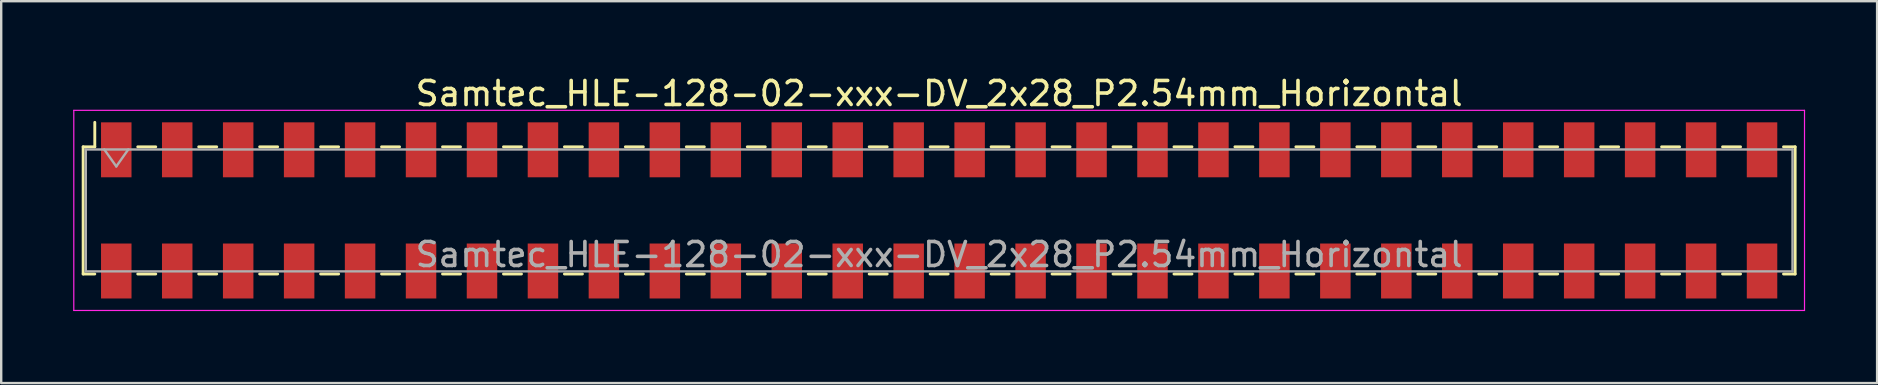
<source format=kicad_pcb>
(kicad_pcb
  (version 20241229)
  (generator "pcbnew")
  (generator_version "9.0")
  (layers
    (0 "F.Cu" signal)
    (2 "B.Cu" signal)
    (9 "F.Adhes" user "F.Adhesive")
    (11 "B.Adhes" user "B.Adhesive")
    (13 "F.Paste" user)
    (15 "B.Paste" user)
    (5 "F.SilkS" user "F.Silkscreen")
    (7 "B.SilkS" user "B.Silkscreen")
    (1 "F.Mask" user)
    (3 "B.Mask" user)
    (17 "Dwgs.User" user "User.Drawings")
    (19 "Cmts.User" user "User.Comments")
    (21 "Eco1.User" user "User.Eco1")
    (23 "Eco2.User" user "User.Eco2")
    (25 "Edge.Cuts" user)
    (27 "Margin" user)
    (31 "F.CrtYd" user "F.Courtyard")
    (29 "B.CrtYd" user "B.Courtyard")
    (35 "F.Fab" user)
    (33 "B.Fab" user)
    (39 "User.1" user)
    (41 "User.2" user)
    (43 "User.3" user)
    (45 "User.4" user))
  (footprint "Samtec_HLE-128-02-xxx-DV_2x28_P2.54mm_Horizontal"
    (layer "F.Cu")
    (at 36.085 5.718)
    (property "Reference" "Samtec_HLE-128-02-xxx-DV_2x28_P2.54mm_Horizontal" (at 0 -4.87 0) (layer "F.SilkS") (effects (font (size 1 1) (thickness 0.15))))
    (attr smd)
    (fp_line (start -35.67 -2.65) (end -35.67 2.65) (stroke (width 0.12) (type solid)) (layer "F.SilkS"))
    (fp_line (start -35.67 2.65) (end -35.185 2.65) (stroke (width 0.12) (type solid)) (layer "F.SilkS"))
    (fp_line (start -35.185 -3.67) (end -35.185 -2.65) (stroke (width 0.12) (type solid)) (layer "F.SilkS"))
    (fp_line (start -35.185 -2.65) (end -35.67 -2.65) (stroke (width 0.12) (type solid)) (layer "F.SilkS"))
    (fp_line (start -33.395 -2.65) (end -32.645 -2.65) (stroke (width 0.12) (type solid)) (layer "F.SilkS"))
    (fp_line (start -33.395 2.65) (end -32.645 2.65) (stroke (width 0.12) (type solid)) (layer "F.SilkS"))
    (fp_line (start -30.855 -2.65) (end -30.105 -2.65) (stroke (width 0.12) (type solid)) (layer "F.SilkS"))
    (fp_line (start -30.855 2.65) (end -30.105 2.65) (stroke (width 0.12) (type solid)) (layer "F.SilkS"))
    (fp_line (start -28.315 -2.65) (end -27.565 -2.65) (stroke (width 0.12) (type solid)) (layer "F.SilkS"))
    (fp_line (start -28.315 2.65) (end -27.565 2.65) (stroke (width 0.12) (type solid)) (layer "F.SilkS"))
    (fp_line (start -25.775 -2.65) (end -25.025 -2.65) (stroke (width 0.12) (type solid)) (layer "F.SilkS"))
    (fp_line (start -25.775 2.65) (end -25.025 2.65) (stroke (width 0.12) (type solid)) (layer "F.SilkS"))
    (fp_line (start -23.235 -2.65) (end -22.485 -2.65) (stroke (width 0.12) (type solid)) (layer "F.SilkS"))
    (fp_line (start -23.235 2.65) (end -22.485 2.65) (stroke (width 0.12) (type solid)) (layer "F.SilkS"))
    (fp_line (start -20.695 -2.65) (end -19.945 -2.65) (stroke (width 0.12) (type solid)) (layer "F.SilkS"))
    (fp_line (start -20.695 2.65) (end -19.945 2.65) (stroke (width 0.12) (type solid)) (layer "F.SilkS"))
    (fp_line (start -18.155 -2.65) (end -17.405 -2.65) (stroke (width 0.12) (type solid)) (layer "F.SilkS"))
    (fp_line (start -18.155 2.65) (end -17.405 2.65) (stroke (width 0.12) (type solid)) (layer "F.SilkS"))
    (fp_line (start -15.615 -2.65) (end -14.865 -2.65) (stroke (width 0.12) (type solid)) (layer "F.SilkS"))
    (fp_line (start -15.615 2.65) (end -14.865 2.65) (stroke (width 0.12) (type solid)) (layer "F.SilkS"))
    (fp_line (start -13.075 -2.65) (end -12.325 -2.65) (stroke (width 0.12) (type solid)) (layer "F.SilkS"))
    (fp_line (start -13.075 2.65) (end -12.325 2.65) (stroke (width 0.12) (type solid)) (layer "F.SilkS"))
    (fp_line (start -10.535 -2.65) (end -9.785 -2.65) (stroke (width 0.12) (type solid)) (layer "F.SilkS"))
    (fp_line (start -10.535 2.65) (end -9.785 2.65) (stroke (width 0.12) (type solid)) (layer "F.SilkS"))
    (fp_line (start -7.995 -2.65) (end -7.245 -2.65) (stroke (width 0.12) (type solid)) (layer "F.SilkS"))
    (fp_line (start -7.995 2.65) (end -7.245 2.65) (stroke (width 0.12) (type solid)) (layer "F.SilkS"))
    (fp_line (start -5.455 -2.65) (end -4.705 -2.65) (stroke (width 0.12) (type solid)) (layer "F.SilkS"))
    (fp_line (start -5.455 2.65) (end -4.705 2.65) (stroke (width 0.12) (type solid)) (layer "F.SilkS"))
    (fp_line (start -2.915 -2.65) (end -2.165 -2.65) (stroke (width 0.12) (type solid)) (layer "F.SilkS"))
    (fp_line (start -2.915 2.65) (end -2.165 2.65) (stroke (width 0.12) (type solid)) (layer "F.SilkS"))
    (fp_line (start -0.375 -2.65) (end 0.375 -2.65) (stroke (width 0.12) (type solid)) (layer "F.SilkS"))
    (fp_line (start -0.375 2.65) (end 0.375 2.65) (stroke (width 0.12) (type solid)) (layer "F.SilkS"))
    (fp_line (start 2.165 -2.65) (end 2.915 -2.65) (stroke (width 0.12) (type solid)) (layer "F.SilkS"))
    (fp_line (start 2.165 2.65) (end 2.915 2.65) (stroke (width 0.12) (type solid)) (layer "F.SilkS"))
    (fp_line (start 4.705 -2.65) (end 5.455 -2.65) (stroke (width 0.12) (type solid)) (layer "F.SilkS"))
    (fp_line (start 4.705 2.65) (end 5.455 2.65) (stroke (width 0.12) (type solid)) (layer "F.SilkS"))
    (fp_line (start 7.245 -2.65) (end 7.995 -2.65) (stroke (width 0.12) (type solid)) (layer "F.SilkS"))
    (fp_line (start 7.245 2.65) (end 7.995 2.65) (stroke (width 0.12) (type solid)) (layer "F.SilkS"))
    (fp_line (start 9.785 -2.65) (end 10.535 -2.65) (stroke (width 0.12) (type solid)) (layer "F.SilkS"))
    (fp_line (start 9.785 2.65) (end 10.535 2.65) (stroke (width 0.12) (type solid)) (layer "F.SilkS"))
    (fp_line (start 12.325 -2.65) (end 13.075 -2.65) (stroke (width 0.12) (type solid)) (layer "F.SilkS"))
    (fp_line (start 12.325 2.65) (end 13.075 2.65) (stroke (width 0.12) (type solid)) (layer "F.SilkS"))
    (fp_line (start 14.865 -2.65) (end 15.615 -2.65) (stroke (width 0.12) (type solid)) (layer "F.SilkS"))
    (fp_line (start 14.865 2.65) (end 15.615 2.65) (stroke (width 0.12) (type solid)) (layer "F.SilkS"))
    (fp_line (start 17.405 -2.65) (end 18.155 -2.65) (stroke (width 0.12) (type solid)) (layer "F.SilkS"))
    (fp_line (start 17.405 2.65) (end 18.155 2.65) (stroke (width 0.12) (type solid)) (layer "F.SilkS"))
    (fp_line (start 19.945 -2.65) (end 20.695 -2.65) (stroke (width 0.12) (type solid)) (layer "F.SilkS"))
    (fp_line (start 19.945 2.65) (end 20.695 2.65) (stroke (width 0.12) (type solid)) (layer "F.SilkS"))
    (fp_line (start 22.485 -2.65) (end 23.235 -2.65) (stroke (width 0.12) (type solid)) (layer "F.SilkS"))
    (fp_line (start 22.485 2.65) (end 23.235 2.65) (stroke (width 0.12) (type solid)) (layer "F.SilkS"))
    (fp_line (start 25.025 -2.65) (end 25.775 -2.65) (stroke (width 0.12) (type solid)) (layer "F.SilkS"))
    (fp_line (start 25.025 2.65) (end 25.775 2.65) (stroke (width 0.12) (type solid)) (layer "F.SilkS"))
    (fp_line (start 27.565 -2.65) (end 28.315 -2.65) (stroke (width 0.12) (type solid)) (layer "F.SilkS"))
    (fp_line (start 27.565 2.65) (end 28.315 2.65) (stroke (width 0.12) (type solid)) (layer "F.SilkS"))
    (fp_line (start 30.105 -2.65) (end 30.855 -2.65) (stroke (width 0.12) (type solid)) (layer "F.SilkS"))
    (fp_line (start 30.105 2.65) (end 30.855 2.65) (stroke (width 0.12) (type solid)) (layer "F.SilkS"))
    (fp_line (start 32.645 -2.65) (end 33.395 -2.65) (stroke (width 0.12) (type solid)) (layer "F.SilkS"))
    (fp_line (start 32.645 2.65) (end 33.395 2.65) (stroke (width 0.12) (type solid)) (layer "F.SilkS"))
    (fp_line (start 35.185 -2.65) (end 35.67 -2.65) (stroke (width 0.12) (type solid)) (layer "F.SilkS"))
    (fp_line (start 35.67 -2.65) (end 35.67 2.65) (stroke (width 0.12) (type solid)) (layer "F.SilkS"))
    (fp_line (start 35.67 2.65) (end 35.185 2.65) (stroke (width 0.12) (type solid)) (layer "F.SilkS"))
    (fp_line (start -36.06 -4.17) (end 36.06 -4.17) (stroke (width 0.05) (type solid)) (layer "F.CrtYd"))
    (fp_line (start -36.06 4.17) (end -36.06 -4.17) (stroke (width 0.05) (type solid)) (layer "F.CrtYd"))
    (fp_line (start 36.06 -4.17) (end 36.06 4.17) (stroke (width 0.05) (type solid)) (layer "F.CrtYd"))
    (fp_line (start 36.06 4.17) (end -36.06 4.17) (stroke (width 0.05) (type solid)) (layer "F.CrtYd"))
    (fp_line (start -35.56 -2.54) (end 35.56 -2.54) (stroke (width 0.1) (type solid)) (layer "F.Fab"))
    (fp_line (start -35.56 2.54) (end -35.56 -2.54) (stroke (width 0.1) (type solid)) (layer "F.Fab"))
    (fp_line (start -34.79 -2.54) (end -34.29 -1.833) (stroke (width 0.1) (type solid)) (layer "F.Fab"))
    (fp_line (start -34.29 -1.833) (end -33.79 -2.54) (stroke (width 0.1) (type solid)) (layer "F.Fab"))
    (fp_line (start 35.56 -2.54) (end 35.56 2.54) (stroke (width 0.1) (type solid)) (layer "F.Fab"))
    (fp_line (start 35.56 2.54) (end -35.56 2.54) (stroke (width 0.1) (type solid)) (layer "F.Fab"))
    (fp_text user "${REFERENCE}" (at 0 1.84 0) (layer "F.Fab") (effects (font (size 1 1) (thickness 0.15))))
    (pad "1" smd rect (at -34.29 -2.525) (size 1.27 2.29) (layers "F.Cu" "F.Mask" "F.Paste"))
    (pad "2" smd rect (at -34.29 2.525) (size 1.27 2.29) (layers "F.Cu" "F.Mask" "F.Paste"))
    (pad "3" smd rect (at -31.75 -2.525) (size 1.27 2.29) (layers "F.Cu" "F.Mask" "F.Paste"))
    (pad "4" smd rect (at -31.75 2.525) (size 1.27 2.29) (layers "F.Cu" "F.Mask" "F.Paste"))
    (pad "5" smd rect (at -29.21 -2.525) (size 1.27 2.29) (layers "F.Cu" "F.Mask" "F.Paste"))
    (pad "6" smd rect (at -29.21 2.525) (size 1.27 2.29) (layers "F.Cu" "F.Mask" "F.Paste"))
    (pad "7" smd rect (at -26.67 -2.525) (size 1.27 2.29) (layers "F.Cu" "F.Mask" "F.Paste"))
    (pad "8" smd rect (at -26.67 2.525) (size 1.27 2.29) (layers "F.Cu" "F.Mask" "F.Paste"))
    (pad "9" smd rect (at -24.13 -2.525) (size 1.27 2.29) (layers "F.Cu" "F.Mask" "F.Paste"))
    (pad "10" smd rect (at -24.13 2.525) (size 1.27 2.29) (layers "F.Cu" "F.Mask" "F.Paste"))
    (pad "11" smd rect (at -21.59 -2.525) (size 1.27 2.29) (layers "F.Cu" "F.Mask" "F.Paste"))
    (pad "12" smd rect (at -21.59 2.525) (size 1.27 2.29) (layers "F.Cu" "F.Mask" "F.Paste"))
    (pad "13" smd rect (at -19.05 -2.525) (size 1.27 2.29) (layers "F.Cu" "F.Mask" "F.Paste"))
    (pad "14" smd rect (at -19.05 2.525) (size 1.27 2.29) (layers "F.Cu" "F.Mask" "F.Paste"))
    (pad "15" smd rect (at -16.51 -2.525) (size 1.27 2.29) (layers "F.Cu" "F.Mask" "F.Paste"))
    (pad "16" smd rect (at -16.51 2.525) (size 1.27 2.29) (layers "F.Cu" "F.Mask" "F.Paste"))
    (pad "17" smd rect (at -13.97 -2.525) (size 1.27 2.29) (layers "F.Cu" "F.Mask" "F.Paste"))
    (pad "18" smd rect (at -13.97 2.525) (size 1.27 2.29) (layers "F.Cu" "F.Mask" "F.Paste"))
    (pad "19" smd rect (at -11.43 -2.525) (size 1.27 2.29) (layers "F.Cu" "F.Mask" "F.Paste"))
    (pad "20" smd rect (at -11.43 2.525) (size 1.27 2.29) (layers "F.Cu" "F.Mask" "F.Paste"))
    (pad "21" smd rect (at -8.89 -2.525) (size 1.27 2.29) (layers "F.Cu" "F.Mask" "F.Paste"))
    (pad "22" smd rect (at -8.89 2.525) (size 1.27 2.29) (layers "F.Cu" "F.Mask" "F.Paste"))
    (pad "23" smd rect (at -6.35 -2.525) (size 1.27 2.29) (layers "F.Cu" "F.Mask" "F.Paste"))
    (pad "24" smd rect (at -6.35 2.525) (size 1.27 2.29) (layers "F.Cu" "F.Mask" "F.Paste"))
    (pad "25" smd rect (at -3.81 -2.525) (size 1.27 2.29) (layers "F.Cu" "F.Mask" "F.Paste"))
    (pad "26" smd rect (at -3.81 2.525) (size 1.27 2.29) (layers "F.Cu" "F.Mask" "F.Paste"))
    (pad "27" smd rect (at -1.27 -2.525) (size 1.27 2.29) (layers "F.Cu" "F.Mask" "F.Paste"))
    (pad "28" smd rect (at -1.27 2.525) (size 1.27 2.29) (layers "F.Cu" "F.Mask" "F.Paste"))
    (pad "29" smd rect (at 1.27 -2.525) (size 1.27 2.29) (layers "F.Cu" "F.Mask" "F.Paste"))
    (pad "30" smd rect (at 1.27 2.525) (size 1.27 2.29) (layers "F.Cu" "F.Mask" "F.Paste"))
    (pad "31" smd rect (at 3.81 -2.525) (size 1.27 2.29) (layers "F.Cu" "F.Mask" "F.Paste"))
    (pad "32" smd rect (at 3.81 2.525) (size 1.27 2.29) (layers "F.Cu" "F.Mask" "F.Paste"))
    (pad "33" smd rect (at 6.35 -2.525) (size 1.27 2.29) (layers "F.Cu" "F.Mask" "F.Paste"))
    (pad "34" smd rect (at 6.35 2.525) (size 1.27 2.29) (layers "F.Cu" "F.Mask" "F.Paste"))
    (pad "35" smd rect (at 8.89 -2.525) (size 1.27 2.29) (layers "F.Cu" "F.Mask" "F.Paste"))
    (pad "36" smd rect (at 8.89 2.525) (size 1.27 2.29) (layers "F.Cu" "F.Mask" "F.Paste"))
    (pad "37" smd rect (at 11.43 -2.525) (size 1.27 2.29) (layers "F.Cu" "F.Mask" "F.Paste"))
    (pad "38" smd rect (at 11.43 2.525) (size 1.27 2.29) (layers "F.Cu" "F.Mask" "F.Paste"))
    (pad "39" smd rect (at 13.97 -2.525) (size 1.27 2.29) (layers "F.Cu" "F.Mask" "F.Paste"))
    (pad "40" smd rect (at 13.97 2.525) (size 1.27 2.29) (layers "F.Cu" "F.Mask" "F.Paste"))
    (pad "41" smd rect (at 16.51 -2.525) (size 1.27 2.29) (layers "F.Cu" "F.Mask" "F.Paste"))
    (pad "42" smd rect (at 16.51 2.525) (size 1.27 2.29) (layers "F.Cu" "F.Mask" "F.Paste"))
    (pad "43" smd rect (at 19.05 -2.525) (size 1.27 2.29) (layers "F.Cu" "F.Mask" "F.Paste"))
    (pad "44" smd rect (at 19.05 2.525) (size 1.27 2.29) (layers "F.Cu" "F.Mask" "F.Paste"))
    (pad "45" smd rect (at 21.59 -2.525) (size 1.27 2.29) (layers "F.Cu" "F.Mask" "F.Paste"))
    (pad "46" smd rect (at 21.59 2.525) (size 1.27 2.29) (layers "F.Cu" "F.Mask" "F.Paste"))
    (pad "47" smd rect (at 24.13 -2.525) (size 1.27 2.29) (layers "F.Cu" "F.Mask" "F.Paste"))
    (pad "48" smd rect (at 24.13 2.525) (size 1.27 2.29) (layers "F.Cu" "F.Mask" "F.Paste"))
    (pad "49" smd rect (at 26.67 -2.525) (size 1.27 2.29) (layers "F.Cu" "F.Mask" "F.Paste"))
    (pad "50" smd rect (at 26.67 2.525) (size 1.27 2.29) (layers "F.Cu" "F.Mask" "F.Paste"))
    (pad "51" smd rect (at 29.21 -2.525) (size 1.27 2.29) (layers "F.Cu" "F.Mask" "F.Paste"))
    (pad "52" smd rect (at 29.21 2.525) (size 1.27 2.29) (layers "F.Cu" "F.Mask" "F.Paste"))
    (pad "53" smd rect (at 31.75 -2.525) (size 1.27 2.29) (layers "F.Cu" "F.Mask" "F.Paste"))
    (pad "54" smd rect (at 31.75 2.525) (size 1.27 2.29) (layers "F.Cu" "F.Mask" "F.Paste"))
    (pad "55" smd rect (at 34.29 -2.525) (size 1.27 2.29) (layers "F.Cu" "F.Mask" "F.Paste"))
    (pad "56" smd rect (at 34.29 2.525) (size 1.27 2.29) (layers "F.Cu" "F.Mask" "F.Paste")))
  (gr_rect
    (start -3 -3)
    (end 75.17 12.913)
    (stroke (width 0.1) (type default))
    (fill no)
    (layer "Edge.Cuts")))
</source>
